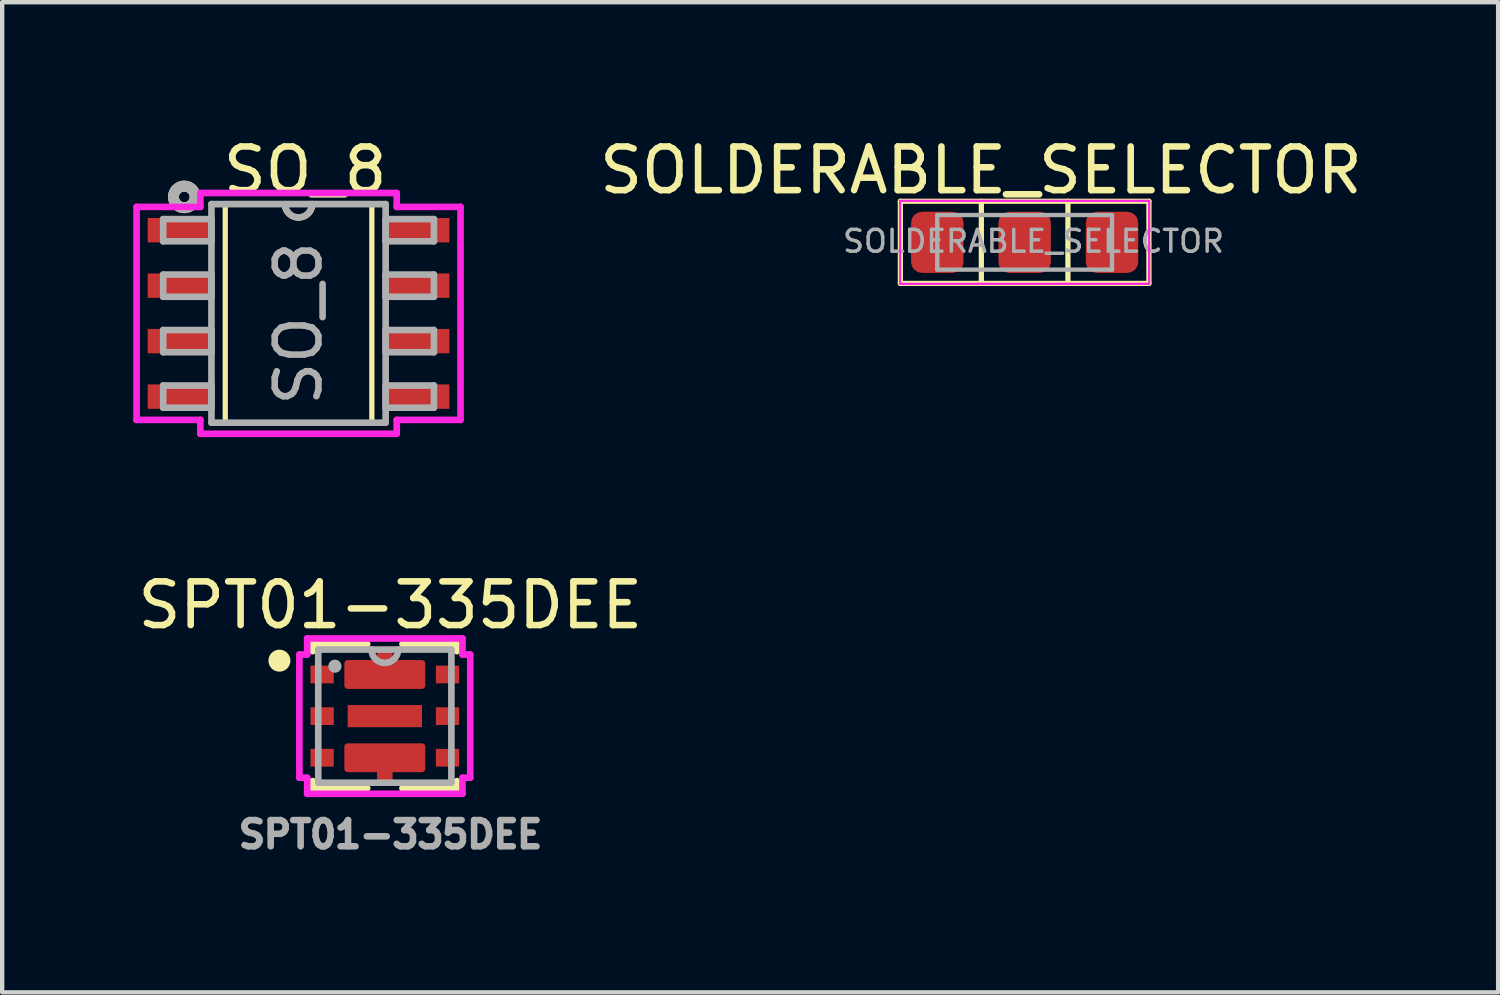
<source format=kicad_pcb>
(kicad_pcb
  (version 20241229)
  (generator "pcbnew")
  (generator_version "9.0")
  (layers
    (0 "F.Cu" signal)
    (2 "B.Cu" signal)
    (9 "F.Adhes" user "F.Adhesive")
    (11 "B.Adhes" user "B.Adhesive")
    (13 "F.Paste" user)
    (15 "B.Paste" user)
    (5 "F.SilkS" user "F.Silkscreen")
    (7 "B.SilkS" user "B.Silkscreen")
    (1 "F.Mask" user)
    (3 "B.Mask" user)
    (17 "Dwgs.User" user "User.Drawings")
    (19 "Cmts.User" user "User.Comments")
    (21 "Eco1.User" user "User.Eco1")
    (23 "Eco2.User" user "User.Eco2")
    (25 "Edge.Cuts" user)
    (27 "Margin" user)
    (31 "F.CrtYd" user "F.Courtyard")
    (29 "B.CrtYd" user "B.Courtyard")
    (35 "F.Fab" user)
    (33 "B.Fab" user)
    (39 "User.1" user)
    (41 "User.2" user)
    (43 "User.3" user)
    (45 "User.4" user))
  (footprint "SO_8"
    (layer "F.Cu")
    (at 3.785 4.125)
    (property "Reference" "SO_8" (at 0.152 -3.277 0) (layer "F.SilkS") (effects (font (size 1 1) (thickness 0.15))))
    (attr through_hole)
    (fp_line (start -1.678 -2.515) (end -1.678 2.515) (stroke (width 0.12) (type solid)) (layer "F.SilkS"))
    (fp_line (start 1.676 2.515) (end -1.678 2.515) (stroke (width 0.12) (type solid)) (layer "F.SilkS"))
    (fp_line (start 1.678 -2.515) (end -1.678 -2.515) (stroke (width 0.12) (type solid)) (layer "F.SilkS"))
    (fp_line (start 1.678 -2.515) (end 1.678 2.515) (stroke (width 0.12) (type solid)) (layer "F.SilkS"))
    (fp_arc (start 0.331174 -2.514599) (mid 0.012708 -2.18367) (end -0.330199 -2.489201) (stroke (width 0.12) (type solid)) (layer "F.SilkS"))
    (fp_circle (center -2.616 -2.667) (end -2.493 -2.667) (stroke (width 0.25) (type solid)) (fill no) (layer "F.SilkS"))
    (fp_line (start -3.708 -2.438) (end -2.248 -2.438) (stroke (width 0.152) (type solid)) (layer "F.CrtYd"))
    (fp_line (start -3.708 2.438) (end -3.708 -2.438) (stroke (width 0.152) (type solid)) (layer "F.CrtYd"))
    (fp_line (start -2.248 -2.756) (end 2.248 -2.756) (stroke (width 0.152) (type solid)) (layer "F.CrtYd"))
    (fp_line (start -2.248 -2.438) (end -2.248 -2.756) (stroke (width 0.152) (type solid)) (layer "F.CrtYd"))
    (fp_line (start -2.248 2.438) (end -3.708 2.438) (stroke (width 0.152) (type solid)) (layer "F.CrtYd"))
    (fp_line (start -2.248 2.756) (end -2.248 2.438) (stroke (width 0.152) (type solid)) (layer "F.CrtYd"))
    (fp_line (start 2.248 -2.756) (end 2.248 -2.438) (stroke (width 0.152) (type solid)) (layer "F.CrtYd"))
    (fp_line (start 2.248 -2.438) (end 3.708 -2.438) (stroke (width 0.152) (type solid)) (layer "F.CrtYd"))
    (fp_line (start 2.248 2.438) (end 2.248 2.756) (stroke (width 0.152) (type solid)) (layer "F.CrtYd"))
    (fp_line (start 2.248 2.756) (end -2.248 2.756) (stroke (width 0.152) (type solid)) (layer "F.CrtYd"))
    (fp_line (start 3.708 -2.438) (end 3.708 2.438) (stroke (width 0.152) (type solid)) (layer "F.CrtYd"))
    (fp_line (start 3.708 2.438) (end 2.248 2.438) (stroke (width 0.152) (type solid)) (layer "F.CrtYd"))
    (fp_line (start -3.099 -2.159) (end -3.099 -1.651) (stroke (width 0.152) (type solid)) (layer "F.Fab"))
    (fp_line (start -3.099 -1.651) (end -1.994 -1.651) (stroke (width 0.152) (type solid)) (layer "F.Fab"))
    (fp_line (start -3.099 -0.889) (end -3.099 -0.381) (stroke (width 0.152) (type solid)) (layer "F.Fab"))
    (fp_line (start -3.099 -0.381) (end -1.994 -0.381) (stroke (width 0.152) (type solid)) (layer "F.Fab"))
    (fp_line (start -3.099 0.381) (end -3.099 0.889) (stroke (width 0.152) (type solid)) (layer "F.Fab"))
    (fp_line (start -3.099 0.889) (end -1.994 0.889) (stroke (width 0.152) (type solid)) (layer "F.Fab"))
    (fp_line (start -3.099 1.651) (end -3.099 2.159) (stroke (width 0.152) (type solid)) (layer "F.Fab"))
    (fp_line (start -3.099 2.159) (end -1.994 2.159) (stroke (width 0.152) (type solid)) (layer "F.Fab"))
    (fp_line (start -1.994 -2.502) (end -1.994 2.502) (stroke (width 0.152) (type solid)) (layer "F.Fab"))
    (fp_line (start -1.994 -2.159) (end -3.099 -2.159) (stroke (width 0.152) (type solid)) (layer "F.Fab"))
    (fp_line (start -1.994 -1.651) (end -1.994 -2.159) (stroke (width 0.152) (type solid)) (layer "F.Fab"))
    (fp_line (start -1.994 -0.889) (end -3.099 -0.889) (stroke (width 0.152) (type solid)) (layer "F.Fab"))
    (fp_line (start -1.994 -0.381) (end -1.994 -0.889) (stroke (width 0.152) (type solid)) (layer "F.Fab"))
    (fp_line (start -1.994 0.381) (end -3.099 0.381) (stroke (width 0.152) (type solid)) (layer "F.Fab"))
    (fp_line (start -1.994 0.889) (end -1.994 0.381) (stroke (width 0.152) (type solid)) (layer "F.Fab"))
    (fp_line (start -1.994 1.651) (end -3.099 1.651) (stroke (width 0.152) (type solid)) (layer "F.Fab"))
    (fp_line (start -1.994 2.159) (end -1.994 1.651) (stroke (width 0.152) (type solid)) (layer "F.Fab"))
    (fp_line (start -1.994 2.502) (end 1.994 2.502) (stroke (width 0.152) (type solid)) (layer "F.Fab"))
    (fp_line (start 1.994 -2.502) (end -1.994 -2.502) (stroke (width 0.152) (type solid)) (layer "F.Fab"))
    (fp_line (start 1.994 -2.159) (end 1.994 -1.651) (stroke (width 0.152) (type solid)) (layer "F.Fab"))
    (fp_line (start 1.994 -1.651) (end 3.099 -1.651) (stroke (width 0.152) (type solid)) (layer "F.Fab"))
    (fp_line (start 1.994 -0.889) (end 1.994 -0.381) (stroke (width 0.152) (type solid)) (layer "F.Fab"))
    (fp_line (start 1.994 -0.381) (end 3.099 -0.381) (stroke (width 0.152) (type solid)) (layer "F.Fab"))
    (fp_line (start 1.994 0.381) (end 1.994 0.889) (stroke (width 0.152) (type solid)) (layer "F.Fab"))
    (fp_line (start 1.994 0.889) (end 3.099 0.889) (stroke (width 0.152) (type solid)) (layer "F.Fab"))
    (fp_line (start 1.994 1.651) (end 1.994 2.159) (stroke (width 0.152) (type solid)) (layer "F.Fab"))
    (fp_line (start 1.994 2.159) (end 3.099 2.159) (stroke (width 0.152) (type solid)) (layer "F.Fab"))
    (fp_line (start 1.994 2.502) (end 1.994 -2.502) (stroke (width 0.152) (type solid)) (layer "F.Fab"))
    (fp_line (start 3.099 -2.159) (end 1.994 -2.159) (stroke (width 0.152) (type solid)) (layer "F.Fab"))
    (fp_line (start 3.099 -1.651) (end 3.099 -2.159) (stroke (width 0.152) (type solid)) (layer "F.Fab"))
    (fp_line (start 3.099 -0.889) (end 1.994 -0.889) (stroke (width 0.152) (type solid)) (layer "F.Fab"))
    (fp_line (start 3.099 -0.381) (end 3.099 -0.889) (stroke (width 0.152) (type solid)) (layer "F.Fab"))
    (fp_line (start 3.099 0.381) (end 1.994 0.381) (stroke (width 0.152) (type solid)) (layer "F.Fab"))
    (fp_line (start 3.099 0.889) (end 3.099 0.381) (stroke (width 0.152) (type solid)) (layer "F.Fab"))
    (fp_line (start 3.099 1.651) (end 1.994 1.651) (stroke (width 0.152) (type solid)) (layer "F.Fab"))
    (fp_line (start 3.099 2.159) (end 3.099 1.651) (stroke (width 0.152) (type solid)) (layer "F.Fab"))
    (fp_arc (start 0.3048 -2.5019) (mid 0 -2.1971) (end -0.3048 -2.5019) (stroke (width 0.1524) (type solid)) (layer "F.Fab"))
    (fp_circle (center -2.616 -2.667) (end -2.493 -2.667) (stroke (width 0.25) (type solid)) (fill no) (layer "F.Fab"))
    (fp_text user "${REFERENCE}" (at 0 0.229 90) (layer "F.Fab") (effects (font (size 1 1) (thickness 0.15))))
    (pad "1" smd rect (at -2.724 -1.905) (size 1.46 0.559) (layers "F.Cu" "F.Mask" "F.Paste"))
    (pad "2" smd rect (at -2.724 -0.635) (size 1.46 0.559) (layers "F.Cu" "F.Mask" "F.Paste"))
    (pad "3" smd rect (at -2.724 0.635) (size 1.46 0.559) (layers "F.Cu" "F.Mask" "F.Paste"))
    (pad "4" smd rect (at -2.724 1.905) (size 1.46 0.559) (layers "F.Cu" "F.Mask" "F.Paste"))
    (pad "5" smd rect (at 2.724 1.905) (size 1.46 0.559) (layers "F.Cu" "F.Mask" "F.Paste"))
    (pad "6" smd rect (at 2.724 0.635) (size 1.46 0.559) (layers "F.Cu" "F.Mask" "F.Paste"))
    (pad "7" smd rect (at 2.724 -0.635) (size 1.46 0.559) (layers "F.Cu" "F.Mask" "F.Paste"))
    (pad "8" smd rect (at 2.724 -1.905) (size 1.46 0.559) (layers "F.Cu" "F.Mask" "F.Paste")))
  (footprint "SOLDERABLE_SELECTOR"
    (layer "F.Cu")
    (at 20.408 2.498)
    (property "Reference" "SOLDERABLE_SELECTOR" (at -1 -1.65 0) (layer "F.SilkS") (effects (font (size 1 1) (thickness 0.15))))
    (attr smd)
    (fp_line (start -2.845 -0.94) (end -2.845 0.94) (stroke (width 0.12) (type solid)) (layer "F.SilkS"))
    (fp_line (start -2.845 0.94) (end 2.845 0.94) (stroke (width 0.12) (type solid)) (layer "F.SilkS"))
    (fp_line (start -0.991 -0.94) (end -0.991 0.94) (stroke (width 0.12) (type solid)) (layer "F.SilkS"))
    (fp_line (start 0.991 -0.94) (end 0.991 0.94) (stroke (width 0.12) (type solid)) (layer "F.SilkS"))
    (fp_line (start 2.845 -0.94) (end -2.845 -0.94) (stroke (width 0.12) (type solid)) (layer "F.SilkS"))
    (fp_line (start 2.845 0.94) (end 2.845 -0.94) (stroke (width 0.12) (type solid)) (layer "F.SilkS"))
    (fp_line (start -2.85 -0.95) (end 2.85 -0.95) (stroke (width 0.05) (type solid)) (layer "F.CrtYd"))
    (fp_line (start -2.85 0.95) (end -2.85 -0.95) (stroke (width 0.05) (type solid)) (layer "F.CrtYd"))
    (fp_line (start 2.85 -0.95) (end 2.85 0.95) (stroke (width 0.05) (type solid)) (layer "F.CrtYd"))
    (fp_line (start 2.85 0.95) (end -2.85 0.95) (stroke (width 0.05) (type solid)) (layer "F.CrtYd"))
    (fp_line (start -2 -0.625) (end 2 -0.625) (stroke (width 0.1) (type solid)) (layer "F.Fab"))
    (fp_line (start -2 0.625) (end -2 -0.625) (stroke (width 0.1) (type solid)) (layer "F.Fab"))
    (fp_line (start 2 -0.625) (end 2 0.625) (stroke (width 0.1) (type solid)) (layer "F.Fab"))
    (fp_line (start 2 0.625) (end -2 0.625) (stroke (width 0.1) (type solid)) (layer "F.Fab"))
    (fp_text user "${REFERENCE}" (at 0.203 -0.025 0) (layer "F.Fab") (effects (font (size 0.5 0.5) (thickness 0.08))))
    (pad "1" smd roundrect (at -2 0) (size 1.2 1.4) (layers "F.Cu" "F.Mask" "F.Paste") (roundrect_rratio 0.208))
    (pad "2" smd roundrect (at 0 0) (size 1.2 1.4) (layers "F.Cu" "F.Mask" "F.Paste") (roundrect_rratio 0.208))
    (pad "3" smd roundrect (at 2 0) (size 1.2 1.4) (layers "F.Cu" "F.Mask" "F.Paste") (roundrect_rratio 0.208)))
  (footprint "SPT01-335DEE"
    (layer "F.Cu")
    (at 5.76 13.345)
    (property "Reference" "SPT01-335DEE" (at 0.127 -2.54 0) (layer "F.SilkS") (effects (font (size 1 1) (thickness 0.15))))
    (attr through_hole)
    (fp_line (start -0.851 -1.206) (end -0.851 -0.699) (stroke (width 0.152) (type solid)) (layer "F.Mask"))
    (fp_line (start -0.851 -0.699) (end 0.851 -0.699) (stroke (width 0.152) (type solid)) (layer "F.Mask"))
    (fp_line (start -0.851 0.699) (end 0.851 0.699) (stroke (width 0.152) (type solid)) (layer "F.Mask"))
    (fp_line (start -0.851 1.206) (end -0.851 0.699) (stroke (width 0.152) (type solid)) (layer "F.Mask"))
    (fp_line (start -0.102 -1.511) (end -0.102 -1.206) (stroke (width 0.152) (type solid)) (layer "F.Mask"))
    (fp_line (start -0.102 -1.206) (end -0.851 -1.206) (stroke (width 0.152) (type solid)) (layer "F.Mask"))
    (fp_line (start -0.102 1.206) (end -0.851 1.206) (stroke (width 0.152) (type solid)) (layer "F.Mask"))
    (fp_line (start -0.102 1.511) (end -0.102 1.206) (stroke (width 0.152) (type solid)) (layer "F.Mask"))
    (fp_line (start 0 -1.181) (end 0 -1.486) (stroke (width 0.152) (type solid)) (layer "F.Mask"))
    (fp_line (start 0 1.46) (end 0 1.156) (stroke (width 0.152) (type solid)) (layer "F.Mask"))
    (fp_line (start 0.102 -1.511) (end -0.102 -1.511) (stroke (width 0.152) (type solid)) (layer "F.Mask"))
    (fp_line (start 0.102 -1.206) (end 0.102 -1.511) (stroke (width 0.152) (type solid)) (layer "F.Mask"))
    (fp_line (start 0.102 1.206) (end 0.102 1.511) (stroke (width 0.152) (type solid)) (layer "F.Mask"))
    (fp_line (start 0.102 1.511) (end -0.102 1.511) (stroke (width 0.152) (type solid)) (layer "F.Mask"))
    (fp_line (start 0.851 -1.206) (end 0.102 -1.206) (stroke (width 0.152) (type solid)) (layer "F.Mask"))
    (fp_line (start 0.851 -0.699) (end 0.851 -1.206) (stroke (width 0.152) (type solid)) (layer "F.Mask"))
    (fp_line (start 0.851 0.699) (end 0.851 1.206) (stroke (width 0.152) (type solid)) (layer "F.Mask"))
    (fp_line (start 0.851 1.206) (end 0.102 1.206) (stroke (width 0.152) (type solid)) (layer "F.Mask"))
    (fp_line (start -1.651 -1.651) (end -1.651 -1.488) (stroke (width 0.152) (type solid)) (layer "F.SilkS"))
    (fp_line (start -1.651 1.488) (end -1.651 1.651) (stroke (width 0.152) (type solid)) (layer "F.SilkS"))
    (fp_line (start -1.651 1.651) (end -0.404 1.651) (stroke (width 0.152) (type solid)) (layer "F.SilkS"))
    (fp_line (start -0.404 -1.651) (end -1.651 -1.651) (stroke (width 0.152) (type solid)) (layer "F.SilkS"))
    (fp_line (start 0.404 1.651) (end 1.651 1.651) (stroke (width 0.152) (type solid)) (layer "F.SilkS"))
    (fp_line (start 1.651 -1.651) (end 0.404 -1.651) (stroke (width 0.152) (type solid)) (layer "F.SilkS"))
    (fp_line (start 1.651 -1.488) (end 1.651 -1.651) (stroke (width 0.152) (type solid)) (layer "F.SilkS"))
    (fp_line (start 1.651 1.651) (end 1.651 1.488) (stroke (width 0.152) (type solid)) (layer "F.SilkS"))
    (fp_circle (center -2.413 -1.27) (end -2.286 -1.27) (stroke (width 0.25) (type solid)) (fill no) (layer "F.SilkS"))
    (fp_line (start -0.851 -1.206) (end -0.851 -0.699) (stroke (width 0.152) (type solid)) (layer "F.Paste"))
    (fp_line (start -0.851 -0.699) (end 0.851 -0.699) (stroke (width 0.152) (type solid)) (layer "F.Paste"))
    (fp_line (start -0.851 0.699) (end 0.851 0.699) (stroke (width 0.152) (type solid)) (layer "F.Paste"))
    (fp_line (start -0.851 1.206) (end -0.851 0.699) (stroke (width 0.152) (type solid)) (layer "F.Paste"))
    (fp_line (start -0.102 -1.511) (end -0.102 -1.206) (stroke (width 0.152) (type solid)) (layer "F.Paste"))
    (fp_line (start -0.102 -1.206) (end -0.851 -1.206) (stroke (width 0.152) (type solid)) (layer "F.Paste"))
    (fp_line (start -0.102 1.206) (end -0.851 1.206) (stroke (width 0.152) (type solid)) (layer "F.Paste"))
    (fp_line (start -0.102 1.511) (end -0.102 1.206) (stroke (width 0.152) (type solid)) (layer "F.Paste"))
    (fp_line (start 0 -1.168) (end 0 -1.473) (stroke (width 0.152) (type solid)) (layer "F.Paste"))
    (fp_line (start 0 1.181) (end 0 1.486) (stroke (width 0.152) (type solid)) (layer "F.Paste"))
    (fp_line (start 0.102 -1.511) (end -0.102 -1.511) (stroke (width 0.152) (type solid)) (layer "F.Paste"))
    (fp_line (start 0.102 -1.206) (end 0.102 -1.511) (stroke (width 0.152) (type solid)) (layer "F.Paste"))
    (fp_line (start 0.102 1.206) (end 0.102 1.511) (stroke (width 0.152) (type solid)) (layer "F.Paste"))
    (fp_line (start 0.102 1.511) (end -0.102 1.511) (stroke (width 0.152) (type solid)) (layer "F.Paste"))
    (fp_line (start 0.851 -1.206) (end 0.102 -1.206) (stroke (width 0.152) (type solid)) (layer "F.Paste"))
    (fp_line (start 0.851 -0.699) (end 0.851 -1.206) (stroke (width 0.152) (type solid)) (layer "F.Paste"))
    (fp_line (start 0.851 0.699) (end 0.851 1.206) (stroke (width 0.152) (type solid)) (layer "F.Paste"))
    (fp_line (start 0.851 1.206) (end 0.102 1.206) (stroke (width 0.152) (type solid)) (layer "F.Paste"))
    (fp_line (start -1.956 -1.41) (end -1.778 -1.41) (stroke (width 0.152) (type solid)) (layer "F.CrtYd"))
    (fp_line (start -1.956 1.41) (end -1.956 -1.41) (stroke (width 0.152) (type solid)) (layer "F.CrtYd"))
    (fp_line (start -1.778 -1.778) (end 1.778 -1.778) (stroke (width 0.152) (type solid)) (layer "F.CrtYd"))
    (fp_line (start -1.778 -1.41) (end -1.778 -1.778) (stroke (width 0.152) (type solid)) (layer "F.CrtYd"))
    (fp_line (start -1.778 1.41) (end -1.956 1.41) (stroke (width 0.152) (type solid)) (layer "F.CrtYd"))
    (fp_line (start -1.778 1.778) (end -1.778 1.41) (stroke (width 0.152) (type solid)) (layer "F.CrtYd"))
    (fp_line (start 1.778 -1.778) (end 1.778 -1.41) (stroke (width 0.152) (type solid)) (layer "F.CrtYd"))
    (fp_line (start 1.778 -1.41) (end 1.956 -1.41) (stroke (width 0.152) (type solid)) (layer "F.CrtYd"))
    (fp_line (start 1.778 1.41) (end 1.778 1.778) (stroke (width 0.152) (type solid)) (layer "F.CrtYd"))
    (fp_line (start 1.778 1.778) (end -1.778 1.778) (stroke (width 0.152) (type solid)) (layer "F.CrtYd"))
    (fp_line (start 1.956 -1.41) (end 1.956 1.41) (stroke (width 0.152) (type solid)) (layer "F.CrtYd"))
    (fp_line (start 1.956 1.41) (end 1.778 1.41) (stroke (width 0.152) (type solid)) (layer "F.CrtYd"))
    (fp_line (start -1.524 -1.524) (end -1.524 1.524) (stroke (width 0.152) (type solid)) (layer "F.Fab"))
    (fp_line (start -1.524 1.524) (end 1.524 1.524) (stroke (width 0.152) (type solid)) (layer "F.Fab"))
    (fp_line (start 1.524 -1.524) (end -1.524 -1.524) (stroke (width 0.152) (type solid)) (layer "F.Fab"))
    (fp_line (start 1.524 1.524) (end 1.524 -1.524) (stroke (width 0.152) (type solid)) (layer "F.Fab"))
    (fp_arc (start 0.3048 -1.524) (mid 0 -1.2192) (end -0.3048 -1.524) (stroke (width 0.1524) (type solid)) (layer "F.Fab"))
    (fp_circle (center -1.143 -1.143) (end -1.067 -1.143) (stroke (width 0.152) (type solid)) (fill no) (layer "F.Fab"))
    (fp_text user "${REFERENCE}" (at 0.13 2.71 0) (layer "F.Fab") (effects (font (size 0.6 0.6) (thickness 0.15))))
    (pad "1" smd rect (at -1.435 -0.953) (size 0.533 0.406) (layers "F.Cu" "F.Mask" "F.Paste"))
    (pad "2" smd rect (at -1.435 0) (size 0.533 0.406) (layers "F.Cu" "F.Mask" "F.Paste"))
    (pad "3" smd rect (at -1.435 0.953) (size 0.533 0.406) (layers "F.Cu" "F.Mask" "F.Paste"))
    (pad "4" smd rect (at 1.435 0.953) (size 0.533 0.406) (layers "F.Cu" "F.Mask" "F.Paste"))
    (pad "5" smd rect (at 1.435 0) (size 0.533 0.406) (layers "F.Cu" "F.Mask" "F.Paste"))
    (pad "6" smd rect (at 1.435 -0.953) (size 0.533 0.406) (layers "F.Cu" "F.Mask" "F.Paste"))
    (pad "7" smd custom (at 0 -0.953) (size 1.702 0.508) (layers "F.Cu" "F.Mask" "F.Paste") (options (anchor rect)) (primitives (gr_line (start 0.851 0.254) (end 0.851 -0.254) (width 0.152)) (gr_line (start -0.851 0.254) (end 0.851 0.254) (width 0.152)) (gr_line (start 0 -0.241) (end 0 -0.546) (width 0.152)) (gr_line (start -0.102 -0.254) (end -0.851 -0.254) (width 0.152)) (gr_line (start 0.102 -0.254) (end 0.102 -0.559) (width 0.152)) (gr_line (start -0.851 -0.254) (end -0.851 0.254) (width 0.152)) (gr_line (start 0.102 -0.559) (end -0.102 -0.559) (width 0.152)) (gr_line (start 0.851 -0.254) (end 0.102 -0.254) (width 0.152)) (gr_line (start -0.102 -0.559) (end -0.102 -0.254) (width 0.152))))
    (pad "8" smd rect (at 0 0) (size 1.702 0.508) (layers "F.Cu" "F.Mask" "F.Paste"))
    (pad "9" smd custom (at 0 0.953) (size 1.702 0.508) (layers "F.Cu" "F.Mask" "F.Paste") (options (anchor rect)) (primitives (gr_line (start 0.851 0.254) (end 0.102 0.254) (width 0.152)) (gr_line (start -0.851 0.254) (end -0.851 -0.254) (width 0.152)) (gr_line (start -0.851 -0.254) (end 0.851 -0.254) (width 0.152)) (gr_line (start 0.851 -0.254) (end 0.851 0.254) (width 0.152)) (gr_line (start 0.102 0.254) (end 0.102 0.559) (width 0.152)) (gr_line (start -0.102 0.254) (end -0.851 0.254) (width 0.152)) (gr_line (start -0.102 0.559) (end -0.102 0.254) (width 0.152)) (gr_line (start 0.102 0.559) (end -0.102 0.559) (width 0.152)) (gr_line (start 0 0.254) (end 0 0.559) (width 0.152)))))
  (gr_rect
    (start -3 -3)
    (end 31.248 19.669)
    (stroke (width 0.1) (type default))
    (fill no)
    (layer "Edge.Cuts")))
</source>
